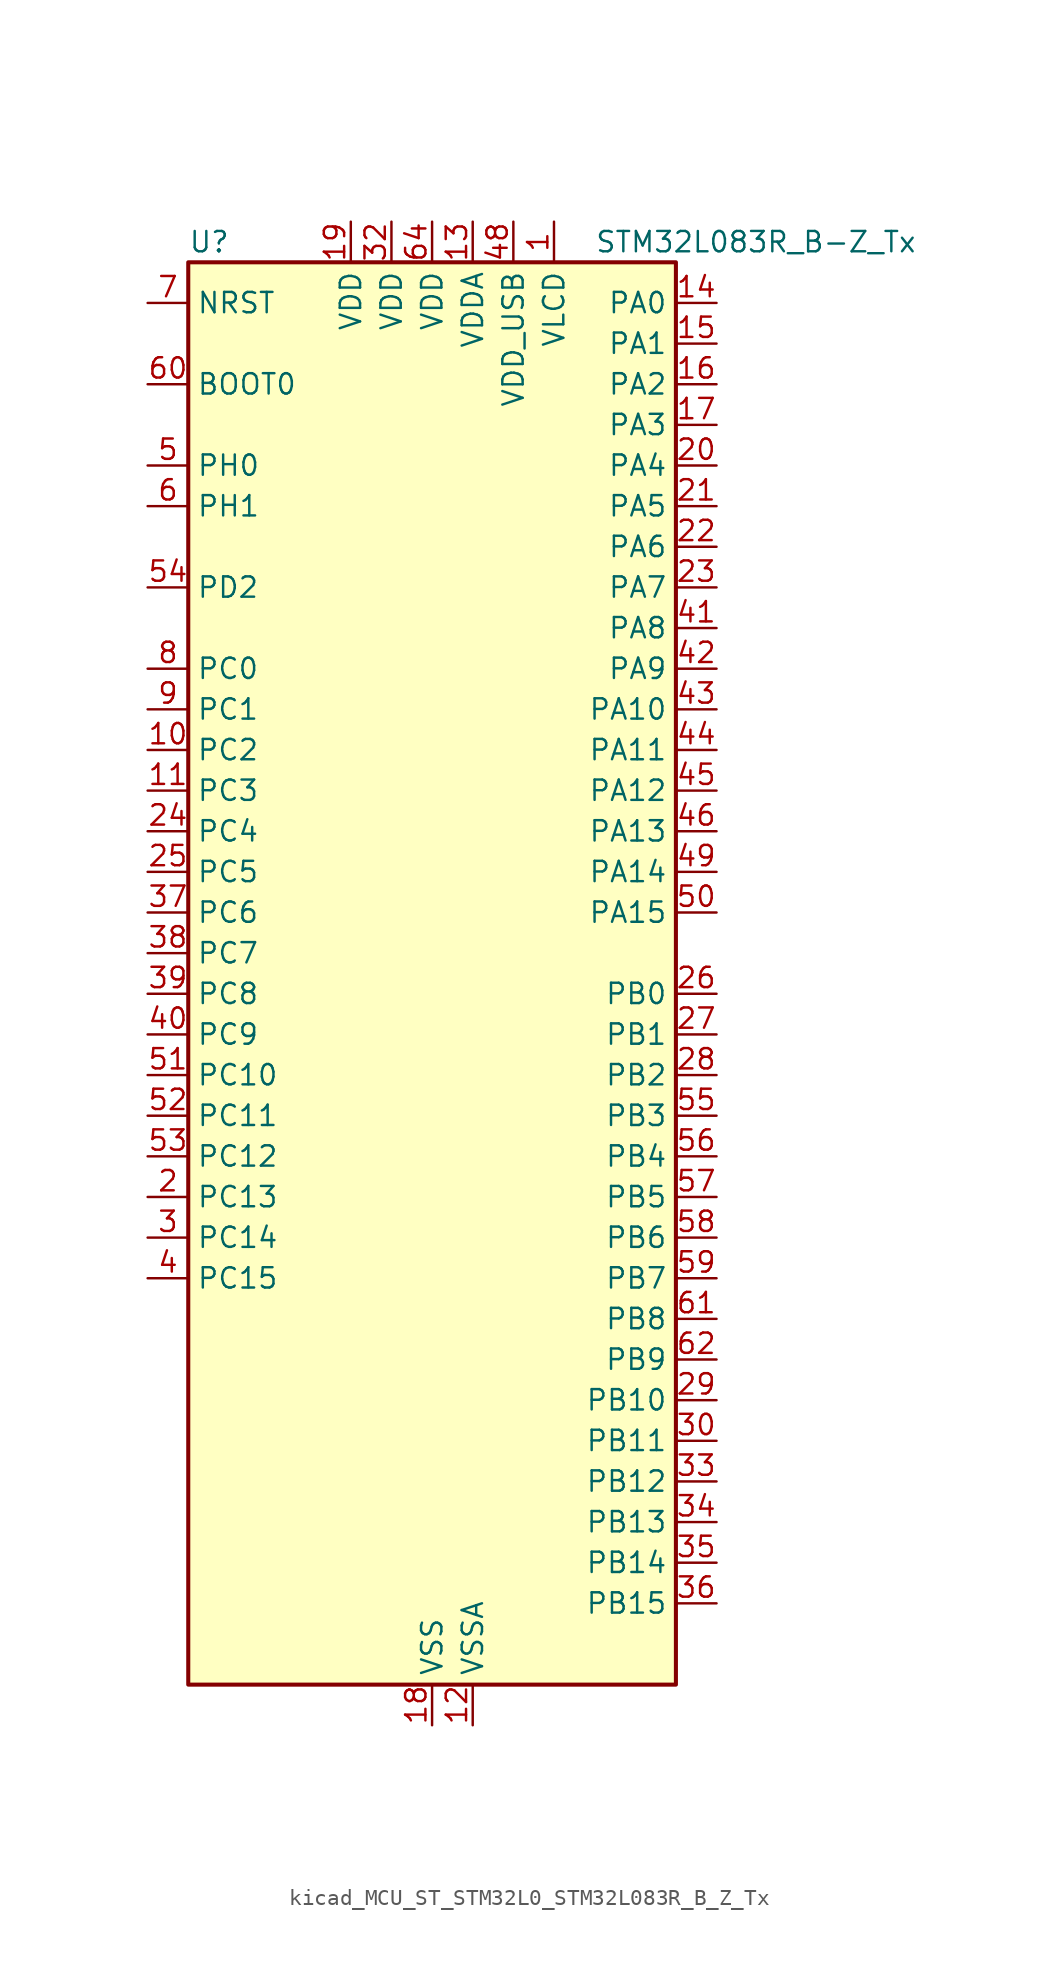
<source format=kicad_sym>
(kicad_symbol_lib
  (version 20220914)
  (generator kicad_symbol_editor)
  (symbol "kicad_MCU_ST_STM32L0_STM32L083R_B_Z_Tx"
    (property "Reference" "U"
      (at -15.24 46.99 0)
      (effects (font (size 1.27 1.27)) (justify left)))
    (property "Value" "STM32L083R_B-Z_Tx"
      (at 10.16 46.99 0)
      (effects (font (size 1.27 1.27)) (justify left)))
    (property "ki_locked" ""
      (at 0 0 0)
      (effects (font (size 1.27 1.27))))
    (symbol "kicad_MCU_ST_STM32L0_STM32L083R_B_Z_Tx_0_1"
      (rectangle (start -15.24 -43.18) (end 15.24 45.72) (stroke (width 0.254) (type default)) (fill (type background))))
    (symbol "kicad_MCU_ST_STM32L0_STM32L083R_B_Z_Tx_1_1"
      (pin power_in line (at 7.62 48.26 270) (length 2.54) (name "VLCD" (effects (font (size 1.27 1.27)))) (number "1" (effects (font (size 1.27 1.27)))))
      (pin bidirectional line (at -17.78 15.24 0) (length 2.54) (name "PC2" (effects (font (size 1.27 1.27)))) (number "10" (effects (font (size 1.27 1.27)))) (alternate "ADC_IN12" bidirectional line) (alternate "I2S2_MCK" bidirectional line) (alternate "LCD_SEG20" bidirectional line) (alternate "LPTIM1_IN2" bidirectional line) (alternate "SPI2_MISO" bidirectional line) (alternate "TSC_G7_IO3" bidirectional line))
      (pin bidirectional line (at -17.78 12.7 0) (length 2.54) (name "PC3" (effects (font (size 1.27 1.27)))) (number "11" (effects (font (size 1.27 1.27)))) (alternate "ADC_IN13" bidirectional line) (alternate "I2S2_SD" bidirectional line) (alternate "LCD_SEG21" bidirectional line) (alternate "LPTIM1_ETR" bidirectional line) (alternate "SPI2_MOSI" bidirectional line) (alternate "TSC_G7_IO4" bidirectional line))
      (pin power_in line (at 2.54 -45.72 90) (length 2.54) (name "VSSA" (effects (font (size 1.27 1.27)))) (number "12" (effects (font (size 1.27 1.27)))))
      (pin power_in line (at 2.54 48.26 270) (length 2.54) (name "VDDA" (effects (font (size 1.27 1.27)))) (number "13" (effects (font (size 1.27 1.27)))))
      (pin bidirectional line (at 17.78 43.18 180) (length 2.54) (name "PA0" (effects (font (size 1.27 1.27)))) (number "14" (effects (font (size 1.27 1.27)))) (alternate "ADC_IN0" bidirectional line) (alternate "COMP1_INM" bidirectional line) (alternate "COMP1_OUT" bidirectional line) (alternate "RTC_TAMP2" bidirectional line) (alternate "SYS_WKUP1" bidirectional line) (alternate "TIM2_CH1" bidirectional line) (alternate "TIM2_ETR" bidirectional line) (alternate "TSC_G1_IO1" bidirectional line) (alternate "USART2_CTS" bidirectional line) (alternate "USART4_TX" bidirectional line))
      (pin bidirectional line (at 17.78 40.64 180) (length 2.54) (name "PA1" (effects (font (size 1.27 1.27)))) (number "15" (effects (font (size 1.27 1.27)))) (alternate "ADC_IN1" bidirectional line) (alternate "COMP1_INP" bidirectional line) (alternate "LCD_SEG0" bidirectional line) (alternate "TIM21_ETR" bidirectional line) (alternate "TIM2_CH2" bidirectional line) (alternate "TSC_G1_IO2" bidirectional line) (alternate "USART2_DE" bidirectional line) (alternate "USART2_RTS" bidirectional line) (alternate "USART4_RX" bidirectional line))
      (pin bidirectional line (at 17.78 38.1 180) (length 2.54) (name "PA2" (effects (font (size 1.27 1.27)))) (number "16" (effects (font (size 1.27 1.27)))) (alternate "ADC_IN2" bidirectional line) (alternate "COMP2_INM" bidirectional line) (alternate "COMP2_OUT" bidirectional line) (alternate "LCD_SEG1" bidirectional line) (alternate "LPUART1_TX" bidirectional line) (alternate "TIM21_CH1" bidirectional line) (alternate "TIM2_CH3" bidirectional line) (alternate "TSC_G1_IO3" bidirectional line) (alternate "USART2_TX" bidirectional line))
      (pin bidirectional line (at 17.78 35.56 180) (length 2.54) (name "PA3" (effects (font (size 1.27 1.27)))) (number "17" (effects (font (size 1.27 1.27)))) (alternate "ADC_IN3" bidirectional line) (alternate "COMP2_INP" bidirectional line) (alternate "LCD_SEG2" bidirectional line) (alternate "LPUART1_RX" bidirectional line) (alternate "TIM21_CH2" bidirectional line) (alternate "TIM2_CH4" bidirectional line) (alternate "TSC_G1_IO4" bidirectional line) (alternate "USART2_RX" bidirectional line))
      (pin power_in line (at 0 -45.72 90) (length 2.54) (name "VSS" (effects (font (size 1.27 1.27)))) (number "18" (effects (font (size 1.27 1.27)))))
      (pin power_in line (at -5.08 48.26 270) (length 2.54) (name "VDD" (effects (font (size 1.27 1.27)))) (number "19" (effects (font (size 1.27 1.27)))))
      (pin bidirectional line (at -17.78 -12.7 0) (length 2.54) (name "PC13" (effects (font (size 1.27 1.27)))) (number "2" (effects (font (size 1.27 1.27)))) (alternate "RTC_OUT_ALARM" bidirectional line) (alternate "RTC_OUT_CALIB" bidirectional line) (alternate "RTC_TAMP1" bidirectional line) (alternate "RTC_TS" bidirectional line) (alternate "SYS_WKUP2" bidirectional line))
      (pin bidirectional line (at 17.78 33.02 180) (length 2.54) (name "PA4" (effects (font (size 1.27 1.27)))) (number "20" (effects (font (size 1.27 1.27)))) (alternate "ADC_IN4" bidirectional line) (alternate "COMP1_INM" bidirectional line) (alternate "COMP2_INM" bidirectional line) (alternate "DAC_OUT1" bidirectional line) (alternate "SPI1_NSS" bidirectional line) (alternate "TIM22_ETR" bidirectional line) (alternate "TSC_G2_IO1" bidirectional line) (alternate "USART2_CK" bidirectional line))
      (pin bidirectional line (at 17.78 30.48 180) (length 2.54) (name "PA5" (effects (font (size 1.27 1.27)))) (number "21" (effects (font (size 1.27 1.27)))) (alternate "ADC_IN5" bidirectional line) (alternate "COMP1_INM" bidirectional line) (alternate "COMP2_INM" bidirectional line) (alternate "DAC_OUT2" bidirectional line) (alternate "SPI1_SCK" bidirectional line) (alternate "TIM2_CH1" bidirectional line) (alternate "TIM2_ETR" bidirectional line) (alternate "TSC_G2_IO2" bidirectional line))
      (pin bidirectional line (at 17.78 27.94 180) (length 2.54) (name "PA6" (effects (font (size 1.27 1.27)))) (number "22" (effects (font (size 1.27 1.27)))) (alternate "ADC_IN6" bidirectional line) (alternate "COMP1_OUT" bidirectional line) (alternate "LCD_SEG3" bidirectional line) (alternate "LPUART1_CTS" bidirectional line) (alternate "SPI1_MISO" bidirectional line) (alternate "TIM22_CH1" bidirectional line) (alternate "TIM3_CH1" bidirectional line) (alternate "TSC_G2_IO3" bidirectional line))
      (pin bidirectional line (at 17.78 25.4 180) (length 2.54) (name "PA7" (effects (font (size 1.27 1.27)))) (number "23" (effects (font (size 1.27 1.27)))) (alternate "ADC_IN7" bidirectional line) (alternate "COMP2_OUT" bidirectional line) (alternate "LCD_SEG4" bidirectional line) (alternate "SPI1_MOSI" bidirectional line) (alternate "TIM22_CH2" bidirectional line) (alternate "TIM3_CH2" bidirectional line) (alternate "TSC_G2_IO4" bidirectional line))
      (pin bidirectional line (at -17.78 10.16 0) (length 2.54) (name "PC4" (effects (font (size 1.27 1.27)))) (number "24" (effects (font (size 1.27 1.27)))) (alternate "ADC_IN14" bidirectional line) (alternate "LCD_SEG22" bidirectional line) (alternate "LPUART1_TX" bidirectional line))
      (pin bidirectional line (at -17.78 7.62 0) (length 2.54) (name "PC5" (effects (font (size 1.27 1.27)))) (number "25" (effects (font (size 1.27 1.27)))) (alternate "ADC_IN15" bidirectional line) (alternate "LCD_SEG23" bidirectional line) (alternate "LPUART1_RX" bidirectional line) (alternate "TSC_G3_IO1" bidirectional line))
      (pin bidirectional line (at 17.78 0 180) (length 2.54) (name "PB0" (effects (font (size 1.27 1.27)))) (number "26" (effects (font (size 1.27 1.27)))) (alternate "ADC_IN8" bidirectional line) (alternate "LCD_SEG5" bidirectional line) (alternate "LCD_VLCD3" bidirectional line) (alternate "SYS_VREF_OUT_PB0" bidirectional line) (alternate "TIM3_CH3" bidirectional line) (alternate "TSC_G3_IO2" bidirectional line))
      (pin bidirectional line (at 17.78 -2.54 180) (length 2.54) (name "PB1" (effects (font (size 1.27 1.27)))) (number "27" (effects (font (size 1.27 1.27)))) (alternate "ADC_IN9" bidirectional line) (alternate "LCD_SEG6" bidirectional line) (alternate "LPUART1_DE" bidirectional line) (alternate "LPUART1_RTS" bidirectional line) (alternate "SYS_VREF_OUT_PB1" bidirectional line) (alternate "TIM3_CH4" bidirectional line) (alternate "TSC_G3_IO3" bidirectional line))
      (pin bidirectional line (at 17.78 -5.08 180) (length 2.54) (name "PB2" (effects (font (size 1.27 1.27)))) (number "28" (effects (font (size 1.27 1.27)))) (alternate "I2C3_SMBA" bidirectional line) (alternate "LCD_VLCD2" bidirectional line) (alternate "LPTIM1_OUT" bidirectional line) (alternate "TSC_G3_IO4" bidirectional line))
      (pin bidirectional line (at 17.78 -25.4 180) (length 2.54) (name "PB10" (effects (font (size 1.27 1.27)))) (number "29" (effects (font (size 1.27 1.27)))) (alternate "I2C2_SCL" bidirectional line) (alternate "LCD_SEG10" bidirectional line) (alternate "LPUART1_RX" bidirectional line) (alternate "LPUART1_TX" bidirectional line) (alternate "SPI2_SCK" bidirectional line) (alternate "TIM2_CH3" bidirectional line) (alternate "TSC_SYNC" bidirectional line))
      (pin bidirectional line (at -17.78 -15.24 0) (length 2.54) (name "PC14" (effects (font (size 1.27 1.27)))) (number "3" (effects (font (size 1.27 1.27)))) (alternate "RCC_OSC32_IN" bidirectional line))
      (pin bidirectional line (at 17.78 -27.94 180) (length 2.54) (name "PB11" (effects (font (size 1.27 1.27)))) (number "30" (effects (font (size 1.27 1.27)))) (alternate "ADC_EXTI11" bidirectional line) (alternate "I2C2_SDA" bidirectional line) (alternate "LCD_SEG11" bidirectional line) (alternate "LPUART1_RX" bidirectional line) (alternate "LPUART1_TX" bidirectional line) (alternate "TIM2_CH4" bidirectional line) (alternate "TSC_G6_IO1" bidirectional line))
      (pin passive line (at 0 -45.72 90) (length 2.54) hide (name "VSS" (effects (font (size 1.27 1.27)))) (number "31" (effects (font (size 1.27 1.27)))))
      (pin power_in line (at -2.54 48.26 270) (length 2.54) (name "VDD" (effects (font (size 1.27 1.27)))) (number "32" (effects (font (size 1.27 1.27)))))
      (pin bidirectional line (at 17.78 -30.48 180) (length 2.54) (name "PB12" (effects (font (size 1.27 1.27)))) (number "33" (effects (font (size 1.27 1.27)))) (alternate "I2S2_WS" bidirectional line) (alternate "LCD_SEG12" bidirectional line) (alternate "LCD_VLCD2" bidirectional line) (alternate "LPUART1_DE" bidirectional line) (alternate "LPUART1_RTS" bidirectional line) (alternate "SPI2_NSS" bidirectional line) (alternate "TSC_G6_IO2" bidirectional line))
      (pin bidirectional line (at 17.78 -33.02 180) (length 2.54) (name "PB13" (effects (font (size 1.27 1.27)))) (number "34" (effects (font (size 1.27 1.27)))) (alternate "I2C2_SCL" bidirectional line) (alternate "I2S2_CK" bidirectional line) (alternate "LCD_SEG13" bidirectional line) (alternate "LPUART1_CTS" bidirectional line) (alternate "RCC_MCO" bidirectional line) (alternate "SPI2_SCK" bidirectional line) (alternate "TIM21_CH1" bidirectional line) (alternate "TSC_G6_IO3" bidirectional line))
      (pin bidirectional line (at 17.78 -35.56 180) (length 2.54) (name "PB14" (effects (font (size 1.27 1.27)))) (number "35" (effects (font (size 1.27 1.27)))) (alternate "I2C2_SDA" bidirectional line) (alternate "I2S2_MCK" bidirectional line) (alternate "LCD_SEG14" bidirectional line) (alternate "LPUART1_DE" bidirectional line) (alternate "LPUART1_RTS" bidirectional line) (alternate "RTC_OUT_ALARM" bidirectional line) (alternate "RTC_OUT_CALIB" bidirectional line) (alternate "SPI2_MISO" bidirectional line) (alternate "TIM21_CH2" bidirectional line) (alternate "TSC_G6_IO4" bidirectional line))
      (pin bidirectional line (at 17.78 -38.1 180) (length 2.54) (name "PB15" (effects (font (size 1.27 1.27)))) (number "36" (effects (font (size 1.27 1.27)))) (alternate "I2S2_SD" bidirectional line) (alternate "LCD_SEG15" bidirectional line) (alternate "RTC_REFIN" bidirectional line) (alternate "SPI2_MOSI" bidirectional line))
      (pin bidirectional line (at -17.78 5.08 0) (length 2.54) (name "PC6" (effects (font (size 1.27 1.27)))) (number "37" (effects (font (size 1.27 1.27)))) (alternate "LCD_SEG24" bidirectional line) (alternate "TIM22_CH1" bidirectional line) (alternate "TIM3_CH1" bidirectional line) (alternate "TSC_G8_IO1" bidirectional line))
      (pin bidirectional line (at -17.78 2.54 0) (length 2.54) (name "PC7" (effects (font (size 1.27 1.27)))) (number "38" (effects (font (size 1.27 1.27)))) (alternate "LCD_SEG25" bidirectional line) (alternate "TIM22_CH2" bidirectional line) (alternate "TIM3_CH2" bidirectional line) (alternate "TSC_G8_IO2" bidirectional line))
      (pin bidirectional line (at -17.78 0 0) (length 2.54) (name "PC8" (effects (font (size 1.27 1.27)))) (number "39" (effects (font (size 1.27 1.27)))) (alternate "LCD_SEG26" bidirectional line) (alternate "TIM22_ETR" bidirectional line) (alternate "TIM3_CH3" bidirectional line) (alternate "TSC_G8_IO3" bidirectional line))
      (pin bidirectional line (at -17.78 -17.78 0) (length 2.54) (name "PC15" (effects (font (size 1.27 1.27)))) (number "4" (effects (font (size 1.27 1.27)))) (alternate "RCC_OSC32_OUT" bidirectional line))
      (pin bidirectional line (at -17.78 -2.54 0) (length 2.54) (name "PC9" (effects (font (size 1.27 1.27)))) (number "40" (effects (font (size 1.27 1.27)))) (alternate "DAC_EXTI9" bidirectional line) (alternate "I2C3_SDA" bidirectional line) (alternate "LCD_SEG27" bidirectional line) (alternate "TIM21_ETR" bidirectional line) (alternate "TIM3_CH4" bidirectional line) (alternate "TSC_G8_IO4" bidirectional line) (alternate "USB_NOE" bidirectional line))
      (pin bidirectional line (at 17.78 22.86 180) (length 2.54) (name "PA8" (effects (font (size 1.27 1.27)))) (number "41" (effects (font (size 1.27 1.27)))) (alternate "CRS_SYNC" bidirectional line) (alternate "I2C3_SCL" bidirectional line) (alternate "LCD_COM0" bidirectional line) (alternate "RCC_MCO" bidirectional line) (alternate "USART1_CK" bidirectional line))
      (pin bidirectional line (at 17.78 20.32 180) (length 2.54) (name "PA9" (effects (font (size 1.27 1.27)))) (number "42" (effects (font (size 1.27 1.27)))) (alternate "DAC_EXTI9" bidirectional line) (alternate "I2C1_SCL" bidirectional line) (alternate "I2C3_SMBA" bidirectional line) (alternate "LCD_COM1" bidirectional line) (alternate "RCC_MCO" bidirectional line) (alternate "TSC_G4_IO1" bidirectional line) (alternate "USART1_TX" bidirectional line))
      (pin bidirectional line (at 17.78 17.78 180) (length 2.54) (name "PA10" (effects (font (size 1.27 1.27)))) (number "43" (effects (font (size 1.27 1.27)))) (alternate "I2C1_SDA" bidirectional line) (alternate "LCD_COM2" bidirectional line) (alternate "TSC_G4_IO2" bidirectional line) (alternate "USART1_RX" bidirectional line))
      (pin bidirectional line (at 17.78 15.24 180) (length 2.54) (name "PA11" (effects (font (size 1.27 1.27)))) (number "44" (effects (font (size 1.27 1.27)))) (alternate "ADC_EXTI11" bidirectional line) (alternate "COMP1_OUT" bidirectional line) (alternate "SPI1_MISO" bidirectional line) (alternate "TSC_G4_IO3" bidirectional line) (alternate "USART1_CTS" bidirectional line) (alternate "USB_DM" bidirectional line))
      (pin bidirectional line (at 17.78 12.7 180) (length 2.54) (name "PA12" (effects (font (size 1.27 1.27)))) (number "45" (effects (font (size 1.27 1.27)))) (alternate "COMP2_OUT" bidirectional line) (alternate "SPI1_MOSI" bidirectional line) (alternate "TSC_G4_IO4" bidirectional line) (alternate "USART1_DE" bidirectional line) (alternate "USART1_RTS" bidirectional line) (alternate "USB_DP" bidirectional line))
      (pin bidirectional line (at 17.78 10.16 180) (length 2.54) (name "PA13" (effects (font (size 1.27 1.27)))) (number "46" (effects (font (size 1.27 1.27)))) (alternate "LPUART1_RX" bidirectional line) (alternate "SYS_SWDIO" bidirectional line) (alternate "USB_NOE" bidirectional line))
      (pin passive line (at 0 -45.72 90) (length 2.54) hide (name "VSS" (effects (font (size 1.27 1.27)))) (number "47" (effects (font (size 1.27 1.27)))))
      (pin power_in line (at 5.08 48.26 270) (length 2.54) (name "VDD_USB" (effects (font (size 1.27 1.27)))) (number "48" (effects (font (size 1.27 1.27)))))
      (pin bidirectional line (at 17.78 7.62 180) (length 2.54) (name "PA14" (effects (font (size 1.27 1.27)))) (number "49" (effects (font (size 1.27 1.27)))) (alternate "LPUART1_TX" bidirectional line) (alternate "SYS_SWCLK" bidirectional line) (alternate "USART2_TX" bidirectional line))
      (pin bidirectional line (at -17.78 33.02 0) (length 2.54) (name "PH0" (effects (font (size 1.27 1.27)))) (number "5" (effects (font (size 1.27 1.27)))) (alternate "CRS_SYNC" bidirectional line) (alternate "RCC_OSC_IN" bidirectional line))
      (pin bidirectional line (at 17.78 5.08 180) (length 2.54) (name "PA15" (effects (font (size 1.27 1.27)))) (number "50" (effects (font (size 1.27 1.27)))) (alternate "LCD_SEG17" bidirectional line) (alternate "SPI1_NSS" bidirectional line) (alternate "TIM2_CH1" bidirectional line) (alternate "TIM2_ETR" bidirectional line) (alternate "USART2_RX" bidirectional line) (alternate "USART4_DE" bidirectional line) (alternate "USART4_RTS" bidirectional line))
      (pin bidirectional line (at -17.78 -5.08 0) (length 2.54) (name "PC10" (effects (font (size 1.27 1.27)))) (number "51" (effects (font (size 1.27 1.27)))) (alternate "LCD_COM4" bidirectional line) (alternate "LCD_SEG28" bidirectional line) (alternate "LPUART1_TX" bidirectional line) (alternate "USART4_TX" bidirectional line))
      (pin bidirectional line (at -17.78 -7.62 0) (length 2.54) (name "PC11" (effects (font (size 1.27 1.27)))) (number "52" (effects (font (size 1.27 1.27)))) (alternate "ADC_EXTI11" bidirectional line) (alternate "LCD_COM5" bidirectional line) (alternate "LCD_SEG29" bidirectional line) (alternate "LPUART1_RX" bidirectional line) (alternate "USART4_RX" bidirectional line))
      (pin bidirectional line (at -17.78 -10.16 0) (length 2.54) (name "PC12" (effects (font (size 1.27 1.27)))) (number "53" (effects (font (size 1.27 1.27)))) (alternate "LCD_COM6" bidirectional line) (alternate "LCD_SEG30" bidirectional line) (alternate "USART4_CK" bidirectional line) (alternate "USART5_TX" bidirectional line))
      (pin bidirectional line (at -17.78 25.4 0) (length 2.54) (name "PD2" (effects (font (size 1.27 1.27)))) (number "54" (effects (font (size 1.27 1.27)))) (alternate "LCD_COM7" bidirectional line) (alternate "LCD_SEG31" bidirectional line) (alternate "LPUART1_DE" bidirectional line) (alternate "LPUART1_RTS" bidirectional line) (alternate "TIM3_ETR" bidirectional line) (alternate "USART5_RX" bidirectional line))
      (pin bidirectional line (at 17.78 -7.62 180) (length 2.54) (name "PB3" (effects (font (size 1.27 1.27)))) (number "55" (effects (font (size 1.27 1.27)))) (alternate "COMP2_INM" bidirectional line) (alternate "LCD_SEG7" bidirectional line) (alternate "SPI1_SCK" bidirectional line) (alternate "TIM2_CH2" bidirectional line) (alternate "TSC_G5_IO1" bidirectional line) (alternate "USART1_DE" bidirectional line) (alternate "USART1_RTS" bidirectional line) (alternate "USART5_TX" bidirectional line))
      (pin bidirectional line (at 17.78 -10.16 180) (length 2.54) (name "PB4" (effects (font (size 1.27 1.27)))) (number "56" (effects (font (size 1.27 1.27)))) (alternate "COMP2_INP" bidirectional line) (alternate "I2C3_SDA" bidirectional line) (alternate "LCD_SEG8" bidirectional line) (alternate "SPI1_MISO" bidirectional line) (alternate "TIM22_CH1" bidirectional line) (alternate "TIM3_CH1" bidirectional line) (alternate "TSC_G5_IO2" bidirectional line) (alternate "USART1_CTS" bidirectional line) (alternate "USART5_RX" bidirectional line))
      (pin bidirectional line (at 17.78 -12.7 180) (length 2.54) (name "PB5" (effects (font (size 1.27 1.27)))) (number "57" (effects (font (size 1.27 1.27)))) (alternate "COMP2_INP" bidirectional line) (alternate "I2C1_SMBA" bidirectional line) (alternate "LCD_SEG9" bidirectional line) (alternate "LPTIM1_IN1" bidirectional line) (alternate "SPI1_MOSI" bidirectional line) (alternate "TIM22_CH2" bidirectional line) (alternate "TIM3_CH2" bidirectional line) (alternate "USART1_CK" bidirectional line) (alternate "USART5_CK" bidirectional line) (alternate "USART5_DE" bidirectional line) (alternate "USART5_RTS" bidirectional line))
      (pin bidirectional line (at 17.78 -15.24 180) (length 2.54) (name "PB6" (effects (font (size 1.27 1.27)))) (number "58" (effects (font (size 1.27 1.27)))) (alternate "COMP2_INP" bidirectional line) (alternate "I2C1_SCL" bidirectional line) (alternate "LPTIM1_ETR" bidirectional line) (alternate "TSC_G5_IO3" bidirectional line) (alternate "USART1_TX" bidirectional line))
      (pin bidirectional line (at 17.78 -17.78 180) (length 2.54) (name "PB7" (effects (font (size 1.27 1.27)))) (number "59" (effects (font (size 1.27 1.27)))) (alternate "COMP2_INP" bidirectional line) (alternate "I2C1_SDA" bidirectional line) (alternate "LPTIM1_IN2" bidirectional line) (alternate "SYS_PVD_IN" bidirectional line) (alternate "TSC_G5_IO4" bidirectional line) (alternate "USART1_RX" bidirectional line) (alternate "USART4_CTS" bidirectional line))
      (pin bidirectional line (at -17.78 30.48 0) (length 2.54) (name "PH1" (effects (font (size 1.27 1.27)))) (number "6" (effects (font (size 1.27 1.27)))) (alternate "RCC_OSC_OUT" bidirectional line))
      (pin input line (at -17.78 38.1 0) (length 2.54) (name "BOOT0" (effects (font (size 1.27 1.27)))) (number "60" (effects (font (size 1.27 1.27)))))
      (pin bidirectional line (at 17.78 -20.32 180) (length 2.54) (name "PB8" (effects (font (size 1.27 1.27)))) (number "61" (effects (font (size 1.27 1.27)))) (alternate "I2C1_SCL" bidirectional line) (alternate "LCD_SEG16" bidirectional line) (alternate "TSC_SYNC" bidirectional line))
      (pin bidirectional line (at 17.78 -22.86 180) (length 2.54) (name "PB9" (effects (font (size 1.27 1.27)))) (number "62" (effects (font (size 1.27 1.27)))) (alternate "DAC_EXTI9" bidirectional line) (alternate "I2C1_SDA" bidirectional line) (alternate "I2S2_WS" bidirectional line) (alternate "LCD_COM3" bidirectional line) (alternate "SPI2_NSS" bidirectional line))
      (pin passive line (at 0 -45.72 90) (length 2.54) hide (name "VSS" (effects (font (size 1.27 1.27)))) (number "63" (effects (font (size 1.27 1.27)))))
      (pin power_in line (at 0 48.26 270) (length 2.54) (name "VDD" (effects (font (size 1.27 1.27)))) (number "64" (effects (font (size 1.27 1.27)))))
      (pin input line (at -17.78 43.18 0) (length 2.54) (name "NRST" (effects (font (size 1.27 1.27)))) (number "7" (effects (font (size 1.27 1.27)))))
      (pin bidirectional line (at -17.78 20.32 0) (length 2.54) (name "PC0" (effects (font (size 1.27 1.27)))) (number "8" (effects (font (size 1.27 1.27)))) (alternate "ADC_IN10" bidirectional line) (alternate "I2C3_SCL" bidirectional line) (alternate "LCD_SEG18" bidirectional line) (alternate "LPTIM1_IN1" bidirectional line) (alternate "LPUART1_RX" bidirectional line) (alternate "TSC_G7_IO1" bidirectional line))
      (pin bidirectional line (at -17.78 17.78 0) (length 2.54) (name "PC1" (effects (font (size 1.27 1.27)))) (number "9" (effects (font (size 1.27 1.27)))) (alternate "ADC_IN11" bidirectional line) (alternate "I2C3_SDA" bidirectional line) (alternate "LCD_SEG19" bidirectional line) (alternate "LPTIM1_OUT" bidirectional line) (alternate "LPUART1_TX" bidirectional line) (alternate "TSC_G7_IO2" bidirectional line)))))
</source>
